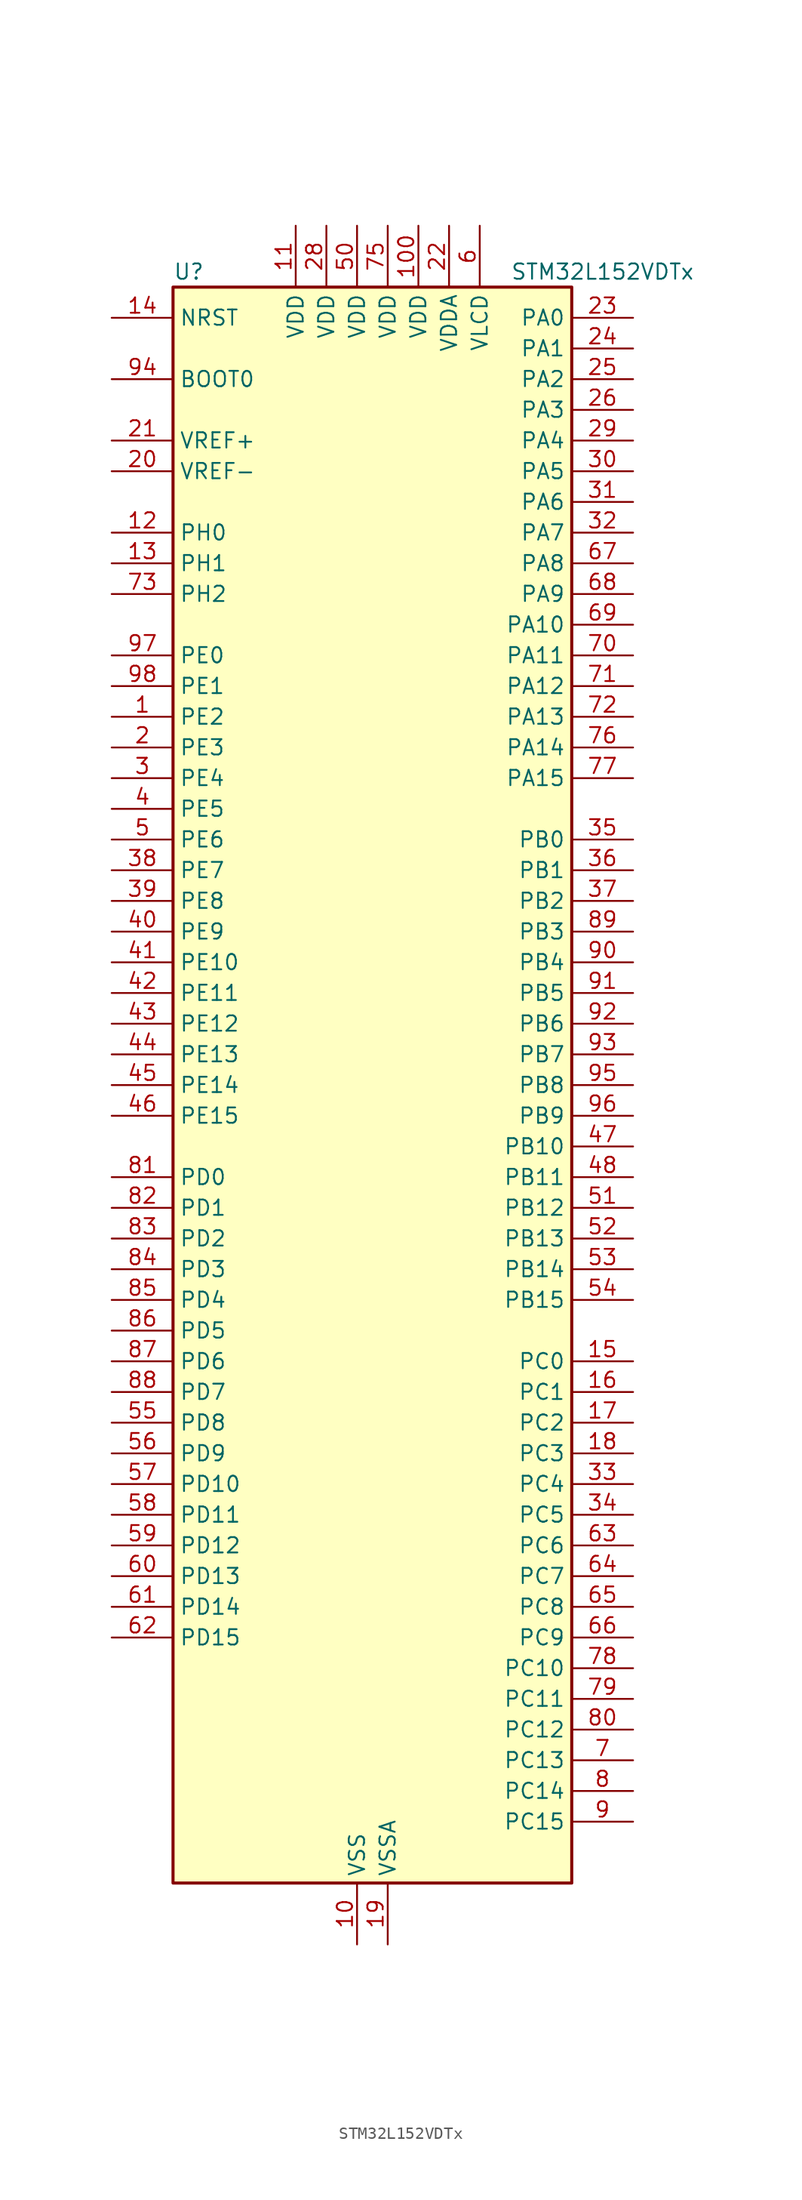
<source format=kicad_sym>
(kicad_symbol_lib
  (version 20220914)
  (generator kicad_symbol_editor)
  (symbol "STM32L152VDTx"
    (property "Reference" "U"
      (at -15.24 67.31 0)
      (effects (font (size 1.27 1.27)) (justify left)))
    (property "Value" "STM32L152VDTx"
      (at 12.7 67.31 0)
      (effects (font (size 1.27 1.27)) (justify left)))
    (property "ki_locked" ""
      (at 0 0 0)
      (effects (font (size 1.27 1.27))))
    (symbol "STM32L152VDTx_0_1"
      (rectangle (start -15.24 -66.04) (end 17.78 66.04) (stroke (width 0.254) (type default)) (fill (type background))))
    (symbol "STM32L152VDTx_1_1"
      (pin bidirectional line (at -20.32 30.48 0) (length 5.08) (name "PE2" (effects (font (size 1.27 1.27)))) (number "1" (effects (font (size 1.27 1.27)))) (alternate "FSMC_A23" bidirectional line) (alternate "LCD_SEG38" bidirectional line) (alternate "SYS_TRACECK" bidirectional line) (alternate "TIM3_ETR" bidirectional line) (alternate "TIMX_IC3" bidirectional line))
      (pin power_in line (at 0 -71.12 90) (length 5.08) (name "VSS" (effects (font (size 1.27 1.27)))) (number "10" (effects (font (size 1.27 1.27)))))
      (pin power_in line (at 5.08 71.12 270) (length 5.08) (name "VDD" (effects (font (size 1.27 1.27)))) (number "100" (effects (font (size 1.27 1.27)))))
      (pin power_in line (at -5.08 71.12 270) (length 5.08) (name "VDD" (effects (font (size 1.27 1.27)))) (number "11" (effects (font (size 1.27 1.27)))))
      (pin bidirectional line (at -20.32 45.72 0) (length 5.08) (name "PH0" (effects (font (size 1.27 1.27)))) (number "12" (effects (font (size 1.27 1.27)))) (alternate "RCC_OSC_IN" bidirectional line))
      (pin bidirectional line (at -20.32 43.18 0) (length 5.08) (name "PH1" (effects (font (size 1.27 1.27)))) (number "13" (effects (font (size 1.27 1.27)))) (alternate "RCC_OSC_OUT" bidirectional line))
      (pin input line (at -20.32 63.5 0) (length 5.08) (name "NRST" (effects (font (size 1.27 1.27)))) (number "14" (effects (font (size 1.27 1.27)))))
      (pin bidirectional line (at 22.86 -22.86 180) (length 5.08) (name "PC0" (effects (font (size 1.27 1.27)))) (number "15" (effects (font (size 1.27 1.27)))) (alternate "ADC_IN10" bidirectional line) (alternate "COMP1_INP" bidirectional line) (alternate "LCD_SEG18" bidirectional line) (alternate "TIMX_IC1" bidirectional line) (alternate "TS_G8_IO1" bidirectional line))
      (pin bidirectional line (at 22.86 -25.4 180) (length 5.08) (name "PC1" (effects (font (size 1.27 1.27)))) (number "16" (effects (font (size 1.27 1.27)))) (alternate "ADC_IN11" bidirectional line) (alternate "COMP1_INP" bidirectional line) (alternate "LCD_SEG19" bidirectional line) (alternate "OPAMP3_VINP" bidirectional line) (alternate "TIMX_IC2" bidirectional line) (alternate "TS_G8_IO2" bidirectional line))
      (pin bidirectional line (at 22.86 -27.94 180) (length 5.08) (name "PC2" (effects (font (size 1.27 1.27)))) (number "17" (effects (font (size 1.27 1.27)))) (alternate "ADC_IN12" bidirectional line) (alternate "COMP1_INP" bidirectional line) (alternate "LCD_SEG20" bidirectional line) (alternate "OPAMP3_VINM" bidirectional line) (alternate "TIMX_IC3" bidirectional line) (alternate "TS_G8_IO3" bidirectional line))
      (pin bidirectional line (at 22.86 -30.48 180) (length 5.08) (name "PC3" (effects (font (size 1.27 1.27)))) (number "18" (effects (font (size 1.27 1.27)))) (alternate "ADC_IN13" bidirectional line) (alternate "COMP1_INP" bidirectional line) (alternate "LCD_SEG21" bidirectional line) (alternate "OPAMP3_VOUT" bidirectional line) (alternate "TIMX_IC4" bidirectional line) (alternate "TS_G8_IO4" bidirectional line))
      (pin power_in line (at 2.54 -71.12 90) (length 5.08) (name "VSSA" (effects (font (size 1.27 1.27)))) (number "19" (effects (font (size 1.27 1.27)))))
      (pin bidirectional line (at -20.32 27.94 0) (length 5.08) (name "PE3" (effects (font (size 1.27 1.27)))) (number "2" (effects (font (size 1.27 1.27)))) (alternate "FSMC_A19" bidirectional line) (alternate "LCD_SEG39" bidirectional line) (alternate "SYS_TRACED0" bidirectional line) (alternate "TIM3_CH1" bidirectional line) (alternate "TIMX_IC4" bidirectional line))
      (pin input line (at -20.32 50.8 0) (length 5.08) (name "VREF-" (effects (font (size 1.27 1.27)))) (number "20" (effects (font (size 1.27 1.27)))))
      (pin input line (at -20.32 53.34 0) (length 5.08) (name "VREF+" (effects (font (size 1.27 1.27)))) (number "21" (effects (font (size 1.27 1.27)))))
      (pin power_in line (at 7.62 71.12 270) (length 5.08) (name "VDDA" (effects (font (size 1.27 1.27)))) (number "22" (effects (font (size 1.27 1.27)))))
      (pin bidirectional line (at 22.86 63.5 180) (length 5.08) (name "PA0" (effects (font (size 1.27 1.27)))) (number "23" (effects (font (size 1.27 1.27)))) (alternate "ADC_IN0" bidirectional line) (alternate "COMP1_INP" bidirectional line) (alternate "RTC_TAMP2" bidirectional line) (alternate "SYS_WKUP1" bidirectional line) (alternate "TIM2_CH1" bidirectional line) (alternate "TIM2_ETR" bidirectional line) (alternate "TIM5_CH1" bidirectional line) (alternate "TIMX_IC1" bidirectional line) (alternate "TS_G1_IO1" bidirectional line) (alternate "USART2_CTS" bidirectional line))
      (pin bidirectional line (at 22.86 60.96 180) (length 5.08) (name "PA1" (effects (font (size 1.27 1.27)))) (number "24" (effects (font (size 1.27 1.27)))) (alternate "ADC_IN1" bidirectional line) (alternate "COMP1_INP" bidirectional line) (alternate "LCD_SEG0" bidirectional line) (alternate "OPAMP1_VINP" bidirectional line) (alternate "TIM2_CH2" bidirectional line) (alternate "TIM5_CH2" bidirectional line) (alternate "TIMX_IC2" bidirectional line) (alternate "TS_G1_IO2" bidirectional line) (alternate "USART2_RTS" bidirectional line))
      (pin bidirectional line (at 22.86 58.42 180) (length 5.08) (name "PA2" (effects (font (size 1.27 1.27)))) (number "25" (effects (font (size 1.27 1.27)))) (alternate "ADC_IN2" bidirectional line) (alternate "COMP1_INP" bidirectional line) (alternate "LCD_SEG1" bidirectional line) (alternate "OPAMP1_VINM" bidirectional line) (alternate "TIM2_CH3" bidirectional line) (alternate "TIM5_CH3" bidirectional line) (alternate "TIM9_CH1" bidirectional line) (alternate "TIMX_IC3" bidirectional line) (alternate "TS_G1_IO3" bidirectional line) (alternate "USART2_TX" bidirectional line))
      (pin bidirectional line (at 22.86 55.88 180) (length 5.08) (name "PA3" (effects (font (size 1.27 1.27)))) (number "26" (effects (font (size 1.27 1.27)))) (alternate "ADC_IN3" bidirectional line) (alternate "COMP1_INP" bidirectional line) (alternate "LCD_SEG2" bidirectional line) (alternate "OPAMP1_VOUT" bidirectional line) (alternate "TIM2_CH4" bidirectional line) (alternate "TIM5_CH4" bidirectional line) (alternate "TIM9_CH2" bidirectional line) (alternate "TIMX_IC4" bidirectional line) (alternate "TS_G1_IO4" bidirectional line) (alternate "USART2_RX" bidirectional line))
      (pin passive line (at 0 -71.12 90) (length 5.08) hide (name "VSS" (effects (font (size 1.27 1.27)))) (number "27" (effects (font (size 1.27 1.27)))))
      (pin power_in line (at -2.54 71.12 270) (length 5.08) (name "VDD" (effects (font (size 1.27 1.27)))) (number "28" (effects (font (size 1.27 1.27)))))
      (pin bidirectional line (at 22.86 53.34 180) (length 5.08) (name "PA4" (effects (font (size 1.27 1.27)))) (number "29" (effects (font (size 1.27 1.27)))) (alternate "ADC_IN4" bidirectional line) (alternate "COMP1_INP" bidirectional line) (alternate "DAC_OUT1" bidirectional line) (alternate "I2S3_WS" bidirectional line) (alternate "SPI1_NSS" bidirectional line) (alternate "SPI3_NSS" bidirectional line) (alternate "TIMX_IC1" bidirectional line) (alternate "USART2_CK" bidirectional line))
      (pin bidirectional line (at -20.32 25.4 0) (length 5.08) (name "PE4" (effects (font (size 1.27 1.27)))) (number "3" (effects (font (size 1.27 1.27)))) (alternate "FSMC_A20" bidirectional line) (alternate "SYS_TRACED1" bidirectional line) (alternate "TIM3_CH2" bidirectional line) (alternate "TIMX_IC1" bidirectional line))
      (pin bidirectional line (at 22.86 50.8 180) (length 5.08) (name "PA5" (effects (font (size 1.27 1.27)))) (number "30" (effects (font (size 1.27 1.27)))) (alternate "ADC_IN5" bidirectional line) (alternate "COMP1_INP" bidirectional line) (alternate "DAC_OUT2" bidirectional line) (alternate "SPI1_SCK" bidirectional line) (alternate "TIM2_CH1" bidirectional line) (alternate "TIM2_ETR" bidirectional line) (alternate "TIMX_IC2" bidirectional line))
      (pin bidirectional line (at 22.86 48.26 180) (length 5.08) (name "PA6" (effects (font (size 1.27 1.27)))) (number "31" (effects (font (size 1.27 1.27)))) (alternate "ADC_IN6" bidirectional line) (alternate "COMP1_INP" bidirectional line) (alternate "LCD_SEG3" bidirectional line) (alternate "OPAMP2_VINP" bidirectional line) (alternate "SPI1_MISO" bidirectional line) (alternate "TIM10_CH1" bidirectional line) (alternate "TIM3_CH1" bidirectional line) (alternate "TIMX_IC3" bidirectional line) (alternate "TS_G2_IO1" bidirectional line))
      (pin bidirectional line (at 22.86 45.72 180) (length 5.08) (name "PA7" (effects (font (size 1.27 1.27)))) (number "32" (effects (font (size 1.27 1.27)))) (alternate "ADC_IN7" bidirectional line) (alternate "COMP1_INP" bidirectional line) (alternate "LCD_SEG4" bidirectional line) (alternate "OPAMP2_VINM" bidirectional line) (alternate "SPI1_MOSI" bidirectional line) (alternate "TIM11_CH1" bidirectional line) (alternate "TIM3_CH2" bidirectional line) (alternate "TIMX_IC4" bidirectional line) (alternate "TS_G2_IO2" bidirectional line))
      (pin bidirectional line (at 22.86 -33.02 180) (length 5.08) (name "PC4" (effects (font (size 1.27 1.27)))) (number "33" (effects (font (size 1.27 1.27)))) (alternate "ADC_IN14" bidirectional line) (alternate "COMP1_INP" bidirectional line) (alternate "LCD_SEG22" bidirectional line) (alternate "TIMX_IC1" bidirectional line) (alternate "TS_G9_IO1" bidirectional line))
      (pin bidirectional line (at 22.86 -35.56 180) (length 5.08) (name "PC5" (effects (font (size 1.27 1.27)))) (number "34" (effects (font (size 1.27 1.27)))) (alternate "ADC_IN15" bidirectional line) (alternate "COMP1_INP" bidirectional line) (alternate "LCD_SEG23" bidirectional line) (alternate "TIMX_IC2" bidirectional line) (alternate "TS_G9_IO2" bidirectional line))
      (pin bidirectional line (at 22.86 20.32 180) (length 5.08) (name "PB0" (effects (font (size 1.27 1.27)))) (number "35" (effects (font (size 1.27 1.27)))) (alternate "ADC_IN8" bidirectional line) (alternate "COMP1_INP" bidirectional line) (alternate "LCD_SEG5" bidirectional line) (alternate "OPAMP2_VOUT" bidirectional line) (alternate "SYS_V_REF_OUT" bidirectional line) (alternate "TIM3_CH3" bidirectional line) (alternate "TS_G3_IO1" bidirectional line))
      (pin bidirectional line (at 22.86 17.78 180) (length 5.08) (name "PB1" (effects (font (size 1.27 1.27)))) (number "36" (effects (font (size 1.27 1.27)))) (alternate "ADC_IN9" bidirectional line) (alternate "COMP1_INP" bidirectional line) (alternate "LCD_SEG6" bidirectional line) (alternate "SYS_V_REF_OUT" bidirectional line) (alternate "TIM3_CH4" bidirectional line) (alternate "TS_G3_IO2" bidirectional line))
      (pin bidirectional line (at 22.86 15.24 180) (length 5.08) (name "PB2" (effects (font (size 1.27 1.27)))) (number "37" (effects (font (size 1.27 1.27)))) (alternate "TS_G3_IO3" bidirectional line))
      (pin bidirectional line (at -20.32 17.78 0) (length 5.08) (name "PE7" (effects (font (size 1.27 1.27)))) (number "38" (effects (font (size 1.27 1.27)))) (alternate "ADC_IN22" bidirectional line) (alternate "COMP1_INP" bidirectional line) (alternate "FSMC_D4" bidirectional line) (alternate "FSMC_DA4" bidirectional line) (alternate "TIMX_IC4" bidirectional line))
      (pin bidirectional line (at -20.32 15.24 0) (length 5.08) (name "PE8" (effects (font (size 1.27 1.27)))) (number "39" (effects (font (size 1.27 1.27)))) (alternate "ADC_IN23" bidirectional line) (alternate "COMP1_INP" bidirectional line) (alternate "FSMC_D5" bidirectional line) (alternate "FSMC_DA5" bidirectional line) (alternate "TIMX_IC1" bidirectional line))
      (pin bidirectional line (at -20.32 22.86 0) (length 5.08) (name "PE5" (effects (font (size 1.27 1.27)))) (number "4" (effects (font (size 1.27 1.27)))) (alternate "FSMC_A21" bidirectional line) (alternate "SYS_TRACED2" bidirectional line) (alternate "TIM9_CH1" bidirectional line) (alternate "TIMX_IC2" bidirectional line))
      (pin bidirectional line (at -20.32 12.7 0) (length 5.08) (name "PE9" (effects (font (size 1.27 1.27)))) (number "40" (effects (font (size 1.27 1.27)))) (alternate "ADC_IN24" bidirectional line) (alternate "COMP1_INP" bidirectional line) (alternate "DAC_EXTI9" bidirectional line) (alternate "FSMC_D6" bidirectional line) (alternate "FSMC_DA6" bidirectional line) (alternate "TIM2_CH1" bidirectional line) (alternate "TIM2_ETR" bidirectional line) (alternate "TIMX_IC2" bidirectional line))
      (pin bidirectional line (at -20.32 10.16 0) (length 5.08) (name "PE10" (effects (font (size 1.27 1.27)))) (number "41" (effects (font (size 1.27 1.27)))) (alternate "ADC_IN25" bidirectional line) (alternate "COMP1_INP" bidirectional line) (alternate "FSMC_D7" bidirectional line) (alternate "FSMC_DA7" bidirectional line) (alternate "TIM2_CH2" bidirectional line) (alternate "TIMX_IC3" bidirectional line))
      (pin bidirectional line (at -20.32 7.62 0) (length 5.08) (name "PE11" (effects (font (size 1.27 1.27)))) (number "42" (effects (font (size 1.27 1.27)))) (alternate "ADC_EXTI11" bidirectional line) (alternate "FSMC_D8" bidirectional line) (alternate "FSMC_DA8" bidirectional line) (alternate "TIM2_CH3" bidirectional line) (alternate "TIMX_IC4" bidirectional line))
      (pin bidirectional line (at -20.32 5.08 0) (length 5.08) (name "PE12" (effects (font (size 1.27 1.27)))) (number "43" (effects (font (size 1.27 1.27)))) (alternate "FSMC_D9" bidirectional line) (alternate "FSMC_DA9" bidirectional line) (alternate "SPI1_NSS" bidirectional line) (alternate "TIM2_CH4" bidirectional line) (alternate "TIMX_IC1" bidirectional line))
      (pin bidirectional line (at -20.32 2.54 0) (length 5.08) (name "PE13" (effects (font (size 1.27 1.27)))) (number "44" (effects (font (size 1.27 1.27)))) (alternate "FSMC_D10" bidirectional line) (alternate "FSMC_DA10" bidirectional line) (alternate "SPI1_SCK" bidirectional line) (alternate "TIMX_IC2" bidirectional line))
      (pin bidirectional line (at -20.32 0 0) (length 5.08) (name "PE14" (effects (font (size 1.27 1.27)))) (number "45" (effects (font (size 1.27 1.27)))) (alternate "FSMC_D11" bidirectional line) (alternate "FSMC_DA11" bidirectional line) (alternate "SPI1_MISO" bidirectional line) (alternate "TIMX_IC3" bidirectional line))
      (pin bidirectional line (at -20.32 -2.54 0) (length 5.08) (name "PE15" (effects (font (size 1.27 1.27)))) (number "46" (effects (font (size 1.27 1.27)))) (alternate "ADC_EXTI15" bidirectional line) (alternate "FSMC_D12" bidirectional line) (alternate "FSMC_DA12" bidirectional line) (alternate "SPI1_MOSI" bidirectional line) (alternate "TIMX_IC4" bidirectional line))
      (pin bidirectional line (at 22.86 -5.08 180) (length 5.08) (name "PB10" (effects (font (size 1.27 1.27)))) (number "47" (effects (font (size 1.27 1.27)))) (alternate "I2C2_SCL" bidirectional line) (alternate "LCD_SEG10" bidirectional line) (alternate "TIM2_CH3" bidirectional line) (alternate "USART3_TX" bidirectional line))
      (pin bidirectional line (at 22.86 -7.62 180) (length 5.08) (name "PB11" (effects (font (size 1.27 1.27)))) (number "48" (effects (font (size 1.27 1.27)))) (alternate "ADC_EXTI11" bidirectional line) (alternate "I2C2_SDA" bidirectional line) (alternate "LCD_SEG11" bidirectional line) (alternate "TIM2_CH4" bidirectional line) (alternate "USART3_RX" bidirectional line))
      (pin passive line (at 0 -71.12 90) (length 5.08) hide (name "VSS" (effects (font (size 1.27 1.27)))) (number "49" (effects (font (size 1.27 1.27)))))
      (pin bidirectional line (at -20.32 20.32 0) (length 5.08) (name "PE6" (effects (font (size 1.27 1.27)))) (number "5" (effects (font (size 1.27 1.27)))) (alternate "RTC_TAMP3" bidirectional line) (alternate "SYS_TRACED3" bidirectional line) (alternate "SYS_WKUP3" bidirectional line) (alternate "TIM9_CH2" bidirectional line) (alternate "TIMX_IC3" bidirectional line))
      (pin power_in line (at 0 71.12 270) (length 5.08) (name "VDD" (effects (font (size 1.27 1.27)))) (number "50" (effects (font (size 1.27 1.27)))))
      (pin bidirectional line (at 22.86 -10.16 180) (length 5.08) (name "PB12" (effects (font (size 1.27 1.27)))) (number "51" (effects (font (size 1.27 1.27)))) (alternate "ADC_IN18" bidirectional line) (alternate "COMP1_INP" bidirectional line) (alternate "I2C2_SMBA" bidirectional line) (alternate "I2S2_WS" bidirectional line) (alternate "LCD_SEG12" bidirectional line) (alternate "SPI2_NSS" bidirectional line) (alternate "TIM10_CH1" bidirectional line) (alternate "TS_G7_IO1" bidirectional line) (alternate "USART3_CK" bidirectional line))
      (pin bidirectional line (at 22.86 -12.7 180) (length 5.08) (name "PB13" (effects (font (size 1.27 1.27)))) (number "52" (effects (font (size 1.27 1.27)))) (alternate "ADC_IN19" bidirectional line) (alternate "COMP1_INP" bidirectional line) (alternate "I2S2_CK" bidirectional line) (alternate "LCD_SEG13" bidirectional line) (alternate "SPI2_SCK" bidirectional line) (alternate "TIM9_CH1" bidirectional line) (alternate "TS_G7_IO2" bidirectional line) (alternate "USART3_CTS" bidirectional line))
      (pin bidirectional line (at 22.86 -15.24 180) (length 5.08) (name "PB14" (effects (font (size 1.27 1.27)))) (number "53" (effects (font (size 1.27 1.27)))) (alternate "ADC_IN20" bidirectional line) (alternate "COMP1_INP" bidirectional line) (alternate "LCD_SEG14" bidirectional line) (alternate "SPI2_MISO" bidirectional line) (alternate "TIM9_CH2" bidirectional line) (alternate "TS_G7_IO3" bidirectional line) (alternate "USART3_RTS" bidirectional line))
      (pin bidirectional line (at 22.86 -17.78 180) (length 5.08) (name "PB15" (effects (font (size 1.27 1.27)))) (number "54" (effects (font (size 1.27 1.27)))) (alternate "ADC_EXTI15" bidirectional line) (alternate "ADC_IN21" bidirectional line) (alternate "COMP1_INP" bidirectional line) (alternate "I2S2_SD" bidirectional line) (alternate "LCD_SEG15" bidirectional line) (alternate "RTC_REFIN" bidirectional line) (alternate "SPI2_MOSI" bidirectional line) (alternate "TIM11_CH1" bidirectional line) (alternate "TS_G7_IO4" bidirectional line))
      (pin bidirectional line (at -20.32 -27.94 0) (length 5.08) (name "PD8" (effects (font (size 1.27 1.27)))) (number "55" (effects (font (size 1.27 1.27)))) (alternate "FSMC_D13" bidirectional line) (alternate "FSMC_DA13" bidirectional line) (alternate "LCD_SEG28" bidirectional line) (alternate "TIMX_IC1" bidirectional line) (alternate "USART3_TX" bidirectional line))
      (pin bidirectional line (at -20.32 -30.48 0) (length 5.08) (name "PD9" (effects (font (size 1.27 1.27)))) (number "56" (effects (font (size 1.27 1.27)))) (alternate "DAC_EXTI9" bidirectional line) (alternate "FSMC_D14" bidirectional line) (alternate "FSMC_DA14" bidirectional line) (alternate "LCD_SEG29" bidirectional line) (alternate "TIMX_IC2" bidirectional line) (alternate "USART3_RX" bidirectional line))
      (pin bidirectional line (at -20.32 -33.02 0) (length 5.08) (name "PD10" (effects (font (size 1.27 1.27)))) (number "57" (effects (font (size 1.27 1.27)))) (alternate "FSMC_D15" bidirectional line) (alternate "FSMC_DA15" bidirectional line) (alternate "LCD_SEG30" bidirectional line) (alternate "TIMX_IC3" bidirectional line) (alternate "USART3_CK" bidirectional line))
      (pin bidirectional line (at -20.32 -35.56 0) (length 5.08) (name "PD11" (effects (font (size 1.27 1.27)))) (number "58" (effects (font (size 1.27 1.27)))) (alternate "ADC_EXTI11" bidirectional line) (alternate "FSMC_A16" bidirectional line) (alternate "LCD_SEG31" bidirectional line) (alternate "TIMX_IC4" bidirectional line) (alternate "USART3_CTS" bidirectional line))
      (pin bidirectional line (at -20.32 -38.1 0) (length 5.08) (name "PD12" (effects (font (size 1.27 1.27)))) (number "59" (effects (font (size 1.27 1.27)))) (alternate "FSMC_A17" bidirectional line) (alternate "LCD_SEG32" bidirectional line) (alternate "TIM4_CH1" bidirectional line) (alternate "TIMX_IC1" bidirectional line) (alternate "USART3_RTS" bidirectional line))
      (pin power_in line (at 10.16 71.12 270) (length 5.08) (name "VLCD" (effects (font (size 1.27 1.27)))) (number "6" (effects (font (size 1.27 1.27)))))
      (pin bidirectional line (at -20.32 -40.64 0) (length 5.08) (name "PD13" (effects (font (size 1.27 1.27)))) (number "60" (effects (font (size 1.27 1.27)))) (alternate "FSMC_A18" bidirectional line) (alternate "LCD_SEG33" bidirectional line) (alternate "TIM4_CH2" bidirectional line) (alternate "TIMX_IC2" bidirectional line))
      (pin bidirectional line (at -20.32 -43.18 0) (length 5.08) (name "PD14" (effects (font (size 1.27 1.27)))) (number "61" (effects (font (size 1.27 1.27)))) (alternate "FSMC_D0" bidirectional line) (alternate "FSMC_DA0" bidirectional line) (alternate "LCD_SEG34" bidirectional line) (alternate "TIM4_CH3" bidirectional line) (alternate "TIMX_IC3" bidirectional line))
      (pin bidirectional line (at -20.32 -45.72 0) (length 5.08) (name "PD15" (effects (font (size 1.27 1.27)))) (number "62" (effects (font (size 1.27 1.27)))) (alternate "ADC_EXTI15" bidirectional line) (alternate "FSMC_D1" bidirectional line) (alternate "FSMC_DA1" bidirectional line) (alternate "LCD_SEG35" bidirectional line) (alternate "TIM4_CH4" bidirectional line) (alternate "TIMX_IC4" bidirectional line))
      (pin bidirectional line (at 22.86 -38.1 180) (length 5.08) (name "PC6" (effects (font (size 1.27 1.27)))) (number "63" (effects (font (size 1.27 1.27)))) (alternate "I2S2_MCK" bidirectional line) (alternate "LCD_SEG24" bidirectional line) (alternate "SDIO_D6" bidirectional line) (alternate "TIM3_CH1" bidirectional line) (alternate "TIMX_IC3" bidirectional line) (alternate "TS_G10_IO1" bidirectional line))
      (pin bidirectional line (at 22.86 -40.64 180) (length 5.08) (name "PC7" (effects (font (size 1.27 1.27)))) (number "64" (effects (font (size 1.27 1.27)))) (alternate "I2S3_MCK" bidirectional line) (alternate "LCD_SEG25" bidirectional line) (alternate "SDIO_D7" bidirectional line) (alternate "TIM3_CH2" bidirectional line) (alternate "TIMX_IC4" bidirectional line) (alternate "TS_G10_IO2" bidirectional line))
      (pin bidirectional line (at 22.86 -43.18 180) (length 5.08) (name "PC8" (effects (font (size 1.27 1.27)))) (number "65" (effects (font (size 1.27 1.27)))) (alternate "LCD_SEG26" bidirectional line) (alternate "SDIO_D0" bidirectional line) (alternate "TIM3_CH3" bidirectional line) (alternate "TIMX_IC1" bidirectional line) (alternate "TS_G10_IO3" bidirectional line))
      (pin bidirectional line (at 22.86 -45.72 180) (length 5.08) (name "PC9" (effects (font (size 1.27 1.27)))) (number "66" (effects (font (size 1.27 1.27)))) (alternate "DAC_EXTI9" bidirectional line) (alternate "LCD_SEG27" bidirectional line) (alternate "SDIO_D1" bidirectional line) (alternate "TIM3_CH4" bidirectional line) (alternate "TIMX_IC2" bidirectional line) (alternate "TS_G10_IO4" bidirectional line))
      (pin bidirectional line (at 22.86 43.18 180) (length 5.08) (name "PA8" (effects (font (size 1.27 1.27)))) (number "67" (effects (font (size 1.27 1.27)))) (alternate "LCD_COM0" bidirectional line) (alternate "RCC_MCO" bidirectional line) (alternate "TIMX_IC1" bidirectional line) (alternate "TS_G4_IO1" bidirectional line) (alternate "USART1_CK" bidirectional line))
      (pin bidirectional line (at 22.86 40.64 180) (length 5.08) (name "PA9" (effects (font (size 1.27 1.27)))) (number "68" (effects (font (size 1.27 1.27)))) (alternate "DAC_EXTI9" bidirectional line) (alternate "LCD_COM1" bidirectional line) (alternate "TIMX_IC2" bidirectional line) (alternate "TS_G4_IO2" bidirectional line) (alternate "USART1_TX" bidirectional line))
      (pin bidirectional line (at 22.86 38.1 180) (length 5.08) (name "PA10" (effects (font (size 1.27 1.27)))) (number "69" (effects (font (size 1.27 1.27)))) (alternate "LCD_COM2" bidirectional line) (alternate "TIMX_IC3" bidirectional line) (alternate "TS_G4_IO3" bidirectional line) (alternate "USART1_RX" bidirectional line))
      (pin bidirectional line (at 22.86 -55.88 180) (length 5.08) (name "PC13" (effects (font (size 1.27 1.27)))) (number "7" (effects (font (size 1.27 1.27)))) (alternate "RTC_OUT_ALARM" bidirectional line) (alternate "RTC_OUT_CALIB" bidirectional line) (alternate "RTC_TAMP1" bidirectional line) (alternate "RTC_TS" bidirectional line) (alternate "SYS_WKUP2" bidirectional line) (alternate "TIMX_IC2" bidirectional line))
      (pin bidirectional line (at 22.86 35.56 180) (length 5.08) (name "PA11" (effects (font (size 1.27 1.27)))) (number "70" (effects (font (size 1.27 1.27)))) (alternate "ADC_EXTI11" bidirectional line) (alternate "SPI1_MISO" bidirectional line) (alternate "TIMX_IC4" bidirectional line) (alternate "USART1_CTS" bidirectional line) (alternate "USB_DM" bidirectional line))
      (pin bidirectional line (at 22.86 33.02 180) (length 5.08) (name "PA12" (effects (font (size 1.27 1.27)))) (number "71" (effects (font (size 1.27 1.27)))) (alternate "SPI1_MOSI" bidirectional line) (alternate "TIMX_IC1" bidirectional line) (alternate "USART1_RTS" bidirectional line) (alternate "USB_DP" bidirectional line))
      (pin bidirectional line (at 22.86 30.48 180) (length 5.08) (name "PA13" (effects (font (size 1.27 1.27)))) (number "72" (effects (font (size 1.27 1.27)))) (alternate "SYS_JTMS-SWDIO" bidirectional line) (alternate "TIMX_IC2" bidirectional line) (alternate "TS_G5_IO1" bidirectional line))
      (pin bidirectional line (at -20.32 40.64 0) (length 5.08) (name "PH2" (effects (font (size 1.27 1.27)))) (number "73" (effects (font (size 1.27 1.27)))) (alternate "FSMC_A22" bidirectional line))
      (pin passive line (at 0 -71.12 90) (length 5.08) hide (name "VSS" (effects (font (size 1.27 1.27)))) (number "74" (effects (font (size 1.27 1.27)))))
      (pin power_in line (at 2.54 71.12 270) (length 5.08) (name "VDD" (effects (font (size 1.27 1.27)))) (number "75" (effects (font (size 1.27 1.27)))))
      (pin bidirectional line (at 22.86 27.94 180) (length 5.08) (name "PA14" (effects (font (size 1.27 1.27)))) (number "76" (effects (font (size 1.27 1.27)))) (alternate "SYS_JTCK-SWCLK" bidirectional line) (alternate "TIMX_IC3" bidirectional line) (alternate "TS_G5_IO2" bidirectional line))
      (pin bidirectional line (at 22.86 25.4 180) (length 5.08) (name "PA15" (effects (font (size 1.27 1.27)))) (number "77" (effects (font (size 1.27 1.27)))) (alternate "ADC_EXTI15" bidirectional line) (alternate "I2S3_WS" bidirectional line) (alternate "LCD_SEG17" bidirectional line) (alternate "SPI1_NSS" bidirectional line) (alternate "SPI3_NSS" bidirectional line) (alternate "SYS_JTDI" bidirectional line) (alternate "TIM2_CH1" bidirectional line) (alternate "TIM2_ETR" bidirectional line) (alternate "TIMX_IC4" bidirectional line) (alternate "TS_G5_IO3" bidirectional line))
      (pin bidirectional line (at 22.86 -48.26 180) (length 5.08) (name "PC10" (effects (font (size 1.27 1.27)))) (number "78" (effects (font (size 1.27 1.27)))) (alternate "I2S3_CK" bidirectional line) (alternate "LCD_COM4" bidirectional line) (alternate "LCD_SEG28" bidirectional line) (alternate "LCD_SEG40" bidirectional line) (alternate "SDIO_D2" bidirectional line) (alternate "SPI3_SCK" bidirectional line) (alternate "TIMX_IC3" bidirectional line) (alternate "UART4_TX" bidirectional line) (alternate "USART3_TX" bidirectional line))
      (pin bidirectional line (at 22.86 -50.8 180) (length 5.08) (name "PC11" (effects (font (size 1.27 1.27)))) (number "79" (effects (font (size 1.27 1.27)))) (alternate "ADC_EXTI11" bidirectional line) (alternate "LCD_COM5" bidirectional line) (alternate "LCD_SEG29" bidirectional line) (alternate "LCD_SEG41" bidirectional line) (alternate "SDIO_D3" bidirectional line) (alternate "SPI3_MISO" bidirectional line) (alternate "TIMX_IC4" bidirectional line) (alternate "UART4_RX" bidirectional line) (alternate "USART3_RX" bidirectional line))
      (pin bidirectional line (at 22.86 -58.42 180) (length 5.08) (name "PC14" (effects (font (size 1.27 1.27)))) (number "8" (effects (font (size 1.27 1.27)))) (alternate "RCC_OSC32_IN" bidirectional line) (alternate "TIMX_IC3" bidirectional line))
      (pin bidirectional line (at 22.86 -53.34 180) (length 5.08) (name "PC12" (effects (font (size 1.27 1.27)))) (number "80" (effects (font (size 1.27 1.27)))) (alternate "I2S3_SD" bidirectional line) (alternate "LCD_COM6" bidirectional line) (alternate "LCD_SEG30" bidirectional line) (alternate "LCD_SEG42" bidirectional line) (alternate "SDIO_CK" bidirectional line) (alternate "SPI3_MOSI" bidirectional line) (alternate "TIMX_IC1" bidirectional line) (alternate "UART5_TX" bidirectional line) (alternate "USART3_CK" bidirectional line))
      (pin bidirectional line (at -20.32 -7.62 0) (length 5.08) (name "PD0" (effects (font (size 1.27 1.27)))) (number "81" (effects (font (size 1.27 1.27)))) (alternate "FSMC_D2" bidirectional line) (alternate "FSMC_DA2" bidirectional line) (alternate "I2S2_WS" bidirectional line) (alternate "SPI2_NSS" bidirectional line) (alternate "TIM9_CH1" bidirectional line) (alternate "TIMX_IC1" bidirectional line))
      (pin bidirectional line (at -20.32 -10.16 0) (length 5.08) (name "PD1" (effects (font (size 1.27 1.27)))) (number "82" (effects (font (size 1.27 1.27)))) (alternate "FSMC_D3" bidirectional line) (alternate "FSMC_DA3" bidirectional line) (alternate "I2S2_CK" bidirectional line) (alternate "SPI2_SCK" bidirectional line) (alternate "TIMX_IC2" bidirectional line))
      (pin bidirectional line (at -20.32 -12.7 0) (length 5.08) (name "PD2" (effects (font (size 1.27 1.27)))) (number "83" (effects (font (size 1.27 1.27)))) (alternate "LCD_COM7" bidirectional line) (alternate "LCD_SEG31" bidirectional line) (alternate "LCD_SEG43" bidirectional line) (alternate "SDIO_CMD" bidirectional line) (alternate "TIM3_ETR" bidirectional line) (alternate "TIMX_IC3" bidirectional line) (alternate "UART5_RX" bidirectional line))
      (pin bidirectional line (at -20.32 -15.24 0) (length 5.08) (name "PD3" (effects (font (size 1.27 1.27)))) (number "84" (effects (font (size 1.27 1.27)))) (alternate "FSMC_CLK" bidirectional line) (alternate "SPI2_MISO" bidirectional line) (alternate "TIMX_IC4" bidirectional line) (alternate "USART2_CTS" bidirectional line))
      (pin bidirectional line (at -20.32 -17.78 0) (length 5.08) (name "PD4" (effects (font (size 1.27 1.27)))) (number "85" (effects (font (size 1.27 1.27)))) (alternate "FSMC_NOE" bidirectional line) (alternate "I2S2_SD" bidirectional line) (alternate "SPI2_MOSI" bidirectional line) (alternate "TIMX_IC1" bidirectional line) (alternate "USART2_RTS" bidirectional line))
      (pin bidirectional line (at -20.32 -20.32 0) (length 5.08) (name "PD5" (effects (font (size 1.27 1.27)))) (number "86" (effects (font (size 1.27 1.27)))) (alternate "FSMC_NWE" bidirectional line) (alternate "TIMX_IC2" bidirectional line) (alternate "USART2_TX" bidirectional line))
      (pin bidirectional line (at -20.32 -22.86 0) (length 5.08) (name "PD6" (effects (font (size 1.27 1.27)))) (number "87" (effects (font (size 1.27 1.27)))) (alternate "FSMC_NWAIT" bidirectional line) (alternate "TIMX_IC3" bidirectional line) (alternate "USART2_RX" bidirectional line))
      (pin bidirectional line (at -20.32 -25.4 0) (length 5.08) (name "PD7" (effects (font (size 1.27 1.27)))) (number "88" (effects (font (size 1.27 1.27)))) (alternate "FSMC_NE1" bidirectional line) (alternate "TIM9_CH2" bidirectional line) (alternate "TIMX_IC4" bidirectional line) (alternate "USART2_CK" bidirectional line))
      (pin bidirectional line (at 22.86 12.7 180) (length 5.08) (name "PB3" (effects (font (size 1.27 1.27)))) (number "89" (effects (font (size 1.27 1.27)))) (alternate "COMP2_INM" bidirectional line) (alternate "I2S3_CK" bidirectional line) (alternate "LCD_SEG7" bidirectional line) (alternate "SPI1_SCK" bidirectional line) (alternate "SPI3_SCK" bidirectional line) (alternate "SYS_JTDO-TRACESWO" bidirectional line) (alternate "TIM2_CH2" bidirectional line))
      (pin bidirectional line (at 22.86 -60.96 180) (length 5.08) (name "PC15" (effects (font (size 1.27 1.27)))) (number "9" (effects (font (size 1.27 1.27)))) (alternate "ADC_EXTI15" bidirectional line) (alternate "RCC_OSC32_OUT" bidirectional line) (alternate "TIMX_IC4" bidirectional line))
      (pin bidirectional line (at 22.86 10.16 180) (length 5.08) (name "PB4" (effects (font (size 1.27 1.27)))) (number "90" (effects (font (size 1.27 1.27)))) (alternate "COMP2_INP" bidirectional line) (alternate "LCD_SEG8" bidirectional line) (alternate "SPI1_MISO" bidirectional line) (alternate "SPI3_MISO" bidirectional line) (alternate "SYS_JTRST" bidirectional line) (alternate "TIM3_CH1" bidirectional line) (alternate "TS_G6_IO1" bidirectional line))
      (pin bidirectional line (at 22.86 7.62 180) (length 5.08) (name "PB5" (effects (font (size 1.27 1.27)))) (number "91" (effects (font (size 1.27 1.27)))) (alternate "COMP2_INP" bidirectional line) (alternate "I2C1_SMBA" bidirectional line) (alternate "I2S3_SD" bidirectional line) (alternate "LCD_SEG9" bidirectional line) (alternate "SPI1_MOSI" bidirectional line) (alternate "SPI3_MOSI" bidirectional line) (alternate "TIM3_CH2" bidirectional line) (alternate "TS_G6_IO2" bidirectional line))
      (pin bidirectional line (at 22.86 5.08 180) (length 5.08) (name "PB6" (effects (font (size 1.27 1.27)))) (number "92" (effects (font (size 1.27 1.27)))) (alternate "COMP2_INP" bidirectional line) (alternate "I2C1_SCL" bidirectional line) (alternate "TIM4_CH1" bidirectional line) (alternate "TS_G6_IO3" bidirectional line) (alternate "USART1_TX" bidirectional line))
      (pin bidirectional line (at 22.86 2.54 180) (length 5.08) (name "PB7" (effects (font (size 1.27 1.27)))) (number "93" (effects (font (size 1.27 1.27)))) (alternate "COMP2_INP" bidirectional line) (alternate "FSMC_NL" bidirectional line) (alternate "I2C1_SDA" bidirectional line) (alternate "SYS_PVD_IN" bidirectional line) (alternate "TIM4_CH2" bidirectional line) (alternate "TS_G6_IO4" bidirectional line) (alternate "USART1_RX" bidirectional line))
      (pin input line (at -20.32 58.42 0) (length 5.08) (name "BOOT0" (effects (font (size 1.27 1.27)))) (number "94" (effects (font (size 1.27 1.27)))))
      (pin bidirectional line (at 22.86 0 180) (length 5.08) (name "PB8" (effects (font (size 1.27 1.27)))) (number "95" (effects (font (size 1.27 1.27)))) (alternate "I2C1_SCL" bidirectional line) (alternate "LCD_SEG16" bidirectional line) (alternate "SDIO_D4" bidirectional line) (alternate "TIM10_CH1" bidirectional line) (alternate "TIM4_CH3" bidirectional line))
      (pin bidirectional line (at 22.86 -2.54 180) (length 5.08) (name "PB9" (effects (font (size 1.27 1.27)))) (number "96" (effects (font (size 1.27 1.27)))) (alternate "DAC_EXTI9" bidirectional line) (alternate "I2C1_SDA" bidirectional line) (alternate "LCD_COM3" bidirectional line) (alternate "SDIO_D5" bidirectional line) (alternate "TIM11_CH1" bidirectional line) (alternate "TIM4_CH4" bidirectional line))
      (pin bidirectional line (at -20.32 35.56 0) (length 5.08) (name "PE0" (effects (font (size 1.27 1.27)))) (number "97" (effects (font (size 1.27 1.27)))) (alternate "FSMC_NBL0" bidirectional line) (alternate "LCD_SEG36" bidirectional line) (alternate "TIM10_CH1" bidirectional line) (alternate "TIM4_ETR" bidirectional line) (alternate "TIMX_IC1" bidirectional line))
      (pin bidirectional line (at -20.32 33.02 0) (length 5.08) (name "PE1" (effects (font (size 1.27 1.27)))) (number "98" (effects (font (size 1.27 1.27)))) (alternate "FSMC_NBL1" bidirectional line) (alternate "LCD_SEG37" bidirectional line) (alternate "TIM11_CH1" bidirectional line) (alternate "TIMX_IC2" bidirectional line))
      (pin passive line (at 0 -71.12 90) (length 5.08) hide (name "VSS" (effects (font (size 1.27 1.27)))) (number "99" (effects (font (size 1.27 1.27))))))))
</source>
